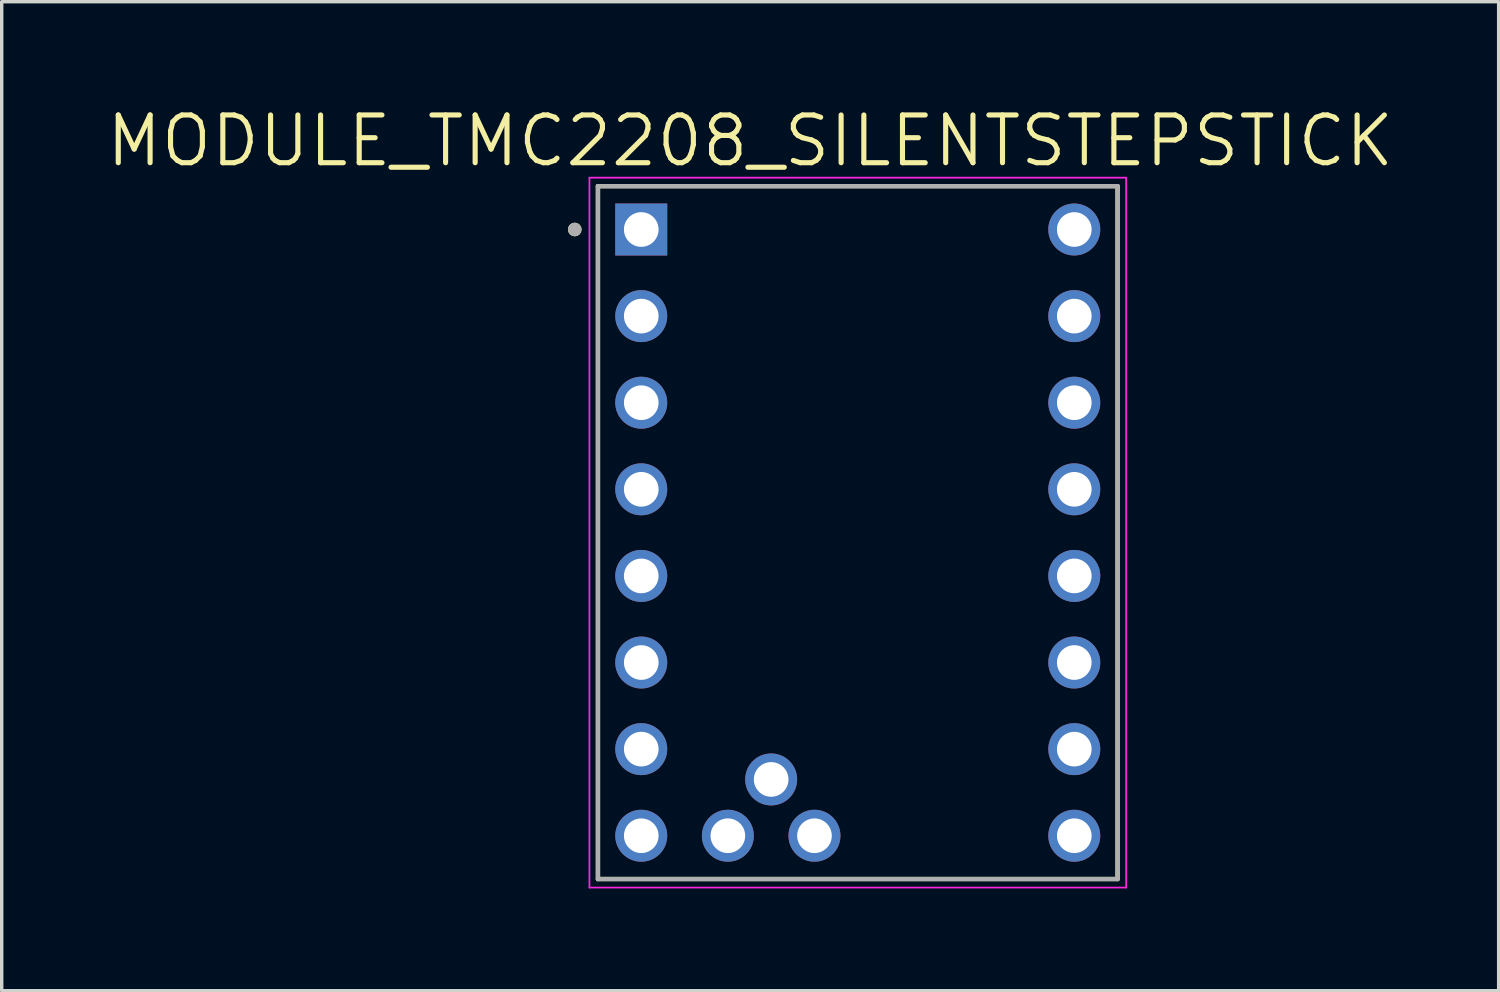
<source format=kicad_pcb>
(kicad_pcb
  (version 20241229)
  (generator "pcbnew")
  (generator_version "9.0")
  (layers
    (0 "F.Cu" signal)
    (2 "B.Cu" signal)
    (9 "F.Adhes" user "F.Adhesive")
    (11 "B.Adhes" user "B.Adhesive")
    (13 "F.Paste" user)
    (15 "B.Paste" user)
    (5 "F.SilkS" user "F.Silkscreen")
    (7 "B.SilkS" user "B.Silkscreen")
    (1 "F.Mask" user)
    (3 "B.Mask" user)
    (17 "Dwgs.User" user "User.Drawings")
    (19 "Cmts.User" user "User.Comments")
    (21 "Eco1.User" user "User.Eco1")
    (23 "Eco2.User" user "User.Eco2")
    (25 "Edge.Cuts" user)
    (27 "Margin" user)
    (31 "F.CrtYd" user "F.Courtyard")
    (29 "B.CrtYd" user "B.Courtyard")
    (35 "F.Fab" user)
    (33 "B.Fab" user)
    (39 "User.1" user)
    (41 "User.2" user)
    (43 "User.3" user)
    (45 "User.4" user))
  (footprint "MODULE_TMC2208_SILENTSTEPSTICK"
    (layer "F.Cu")
    (at 22.107 12.571)
    (property "Reference" "MODULE_TMC2208_SILENTSTEPSTICK" (at -3.155 -11.489 0) (layer "F.SilkS") (effects (font (size 1.4 1.4) (thickness 0.15))))
    (attr through_hole)
    (fp_line (start -7.62 -10.16) (end -7.62 10.16) (stroke (width 0.127) (type solid)) (layer "F.SilkS"))
    (fp_line (start -7.62 10.16) (end 7.62 10.16) (stroke (width 0.127) (type solid)) (layer "F.SilkS"))
    (fp_line (start 7.62 -10.16) (end -7.62 -10.16) (stroke (width 0.127) (type solid)) (layer "F.SilkS"))
    (fp_line (start 7.62 10.16) (end 7.62 -10.16) (stroke (width 0.127) (type solid)) (layer "F.SilkS"))
    (fp_circle (center -8.3 -8.89) (end -8.2 -8.89) (stroke (width 0.2) (type solid)) (fill no) (layer "F.SilkS"))
    (fp_line (start -7.87 -10.41) (end -7.87 10.41) (stroke (width 0.05) (type solid)) (layer "F.CrtYd"))
    (fp_line (start -7.87 -10.41) (end 7.87 -10.41) (stroke (width 0.05) (type solid)) (layer "F.CrtYd"))
    (fp_line (start -7.87 10.41) (end 7.87 10.41) (stroke (width 0.05) (type solid)) (layer "F.CrtYd"))
    (fp_line (start 7.87 -10.41) (end 7.87 10.41) (stroke (width 0.05) (type solid)) (layer "F.CrtYd"))
    (fp_line (start -7.62 -10.16) (end -7.62 10.16) (stroke (width 0.127) (type solid)) (layer "F.Fab"))
    (fp_line (start -7.62 10.16) (end 7.62 10.16) (stroke (width 0.127) (type solid)) (layer "F.Fab"))
    (fp_line (start 7.62 -10.16) (end -7.62 -10.16) (stroke (width 0.127) (type solid)) (layer "F.Fab"))
    (fp_line (start 7.62 10.16) (end 7.62 -10.16) (stroke (width 0.127) (type solid)) (layer "F.Fab"))
    (fp_circle (center -8.3 -8.89) (end -8.2 -8.89) (stroke (width 0.2) (type solid)) (fill no) (layer "F.Fab"))
    (pad "JP1_1" thru_hole rect (at -6.35 -8.89) (size 1.524 1.524) (drill 1.016) (layers "*.Cu" "*.Mask"))
    (pad "JP1_2" thru_hole circle (at -6.35 -6.35) (size 1.524 1.524) (drill 1.016) (layers "*.Cu" "*.Mask"))
    (pad "JP1_3" thru_hole circle (at -6.35 -3.81) (size 1.524 1.524) (drill 1.016) (layers "*.Cu" "*.Mask"))
    (pad "JP1_4" thru_hole circle (at -6.35 -1.27) (size 1.524 1.524) (drill 1.016) (layers "*.Cu" "*.Mask"))
    (pad "JP1_5" thru_hole circle (at -6.35 1.27) (size 1.524 1.524) (drill 1.016) (layers "*.Cu" "*.Mask"))
    (pad "JP1_6" thru_hole circle (at -6.35 3.81) (size 1.524 1.524) (drill 1.016) (layers "*.Cu" "*.Mask"))
    (pad "JP1_7" thru_hole circle (at -6.35 6.35) (size 1.524 1.524) (drill 1.016) (layers "*.Cu" "*.Mask"))
    (pad "JP1_8" thru_hole circle (at -6.35 8.89) (size 1.524 1.524) (drill 1.016) (layers "*.Cu" "*.Mask"))
    (pad "JP2_1" thru_hole circle (at 6.35 8.89) (size 1.524 1.524) (drill 1.016) (layers "*.Cu" "*.Mask"))
    (pad "JP2_2" thru_hole circle (at 6.35 6.35) (size 1.524 1.524) (drill 1.016) (layers "*.Cu" "*.Mask"))
    (pad "JP2_3" thru_hole circle (at 6.35 3.81) (size 1.524 1.524) (drill 1.016) (layers "*.Cu" "*.Mask"))
    (pad "JP2_4" thru_hole circle (at 6.35 1.27) (size 1.524 1.524) (drill 1.016) (layers "*.Cu" "*.Mask"))
    (pad "JP2_5" thru_hole circle (at 6.35 -1.27) (size 1.524 1.524) (drill 1.016) (layers "*.Cu" "*.Mask"))
    (pad "JP2_6" thru_hole circle (at 6.35 -3.81) (size 1.524 1.524) (drill 1.016) (layers "*.Cu" "*.Mask"))
    (pad "JP2_7" thru_hole circle (at 6.35 -6.35) (size 1.524 1.524) (drill 1.016) (layers "*.Cu" "*.Mask"))
    (pad "JP2_8" thru_hole circle (at 6.35 -8.89) (size 1.524 1.524) (drill 1.016) (layers "*.Cu" "*.Mask"))
    (pad "JP3_1" thru_hole circle (at -2.54 7.239) (size 1.524 1.524) (drill 1.016) (layers "*.Cu" "*.Mask"))
    (pad "JP4_1" thru_hole circle (at -1.27 8.89) (size 1.524 1.524) (drill 1.016) (layers "*.Cu" "*.Mask"))
    (pad "JP5_1" thru_hole circle (at -3.81 8.89) (size 1.524 1.524) (drill 1.016) (layers "*.Cu" "*.Mask")))
  (gr_rect
    (start -3 -3)
    (end 40.903 26.006)
    (stroke (width 0.1) (type default))
    (fill no)
    (layer "Edge.Cuts")))
</source>
